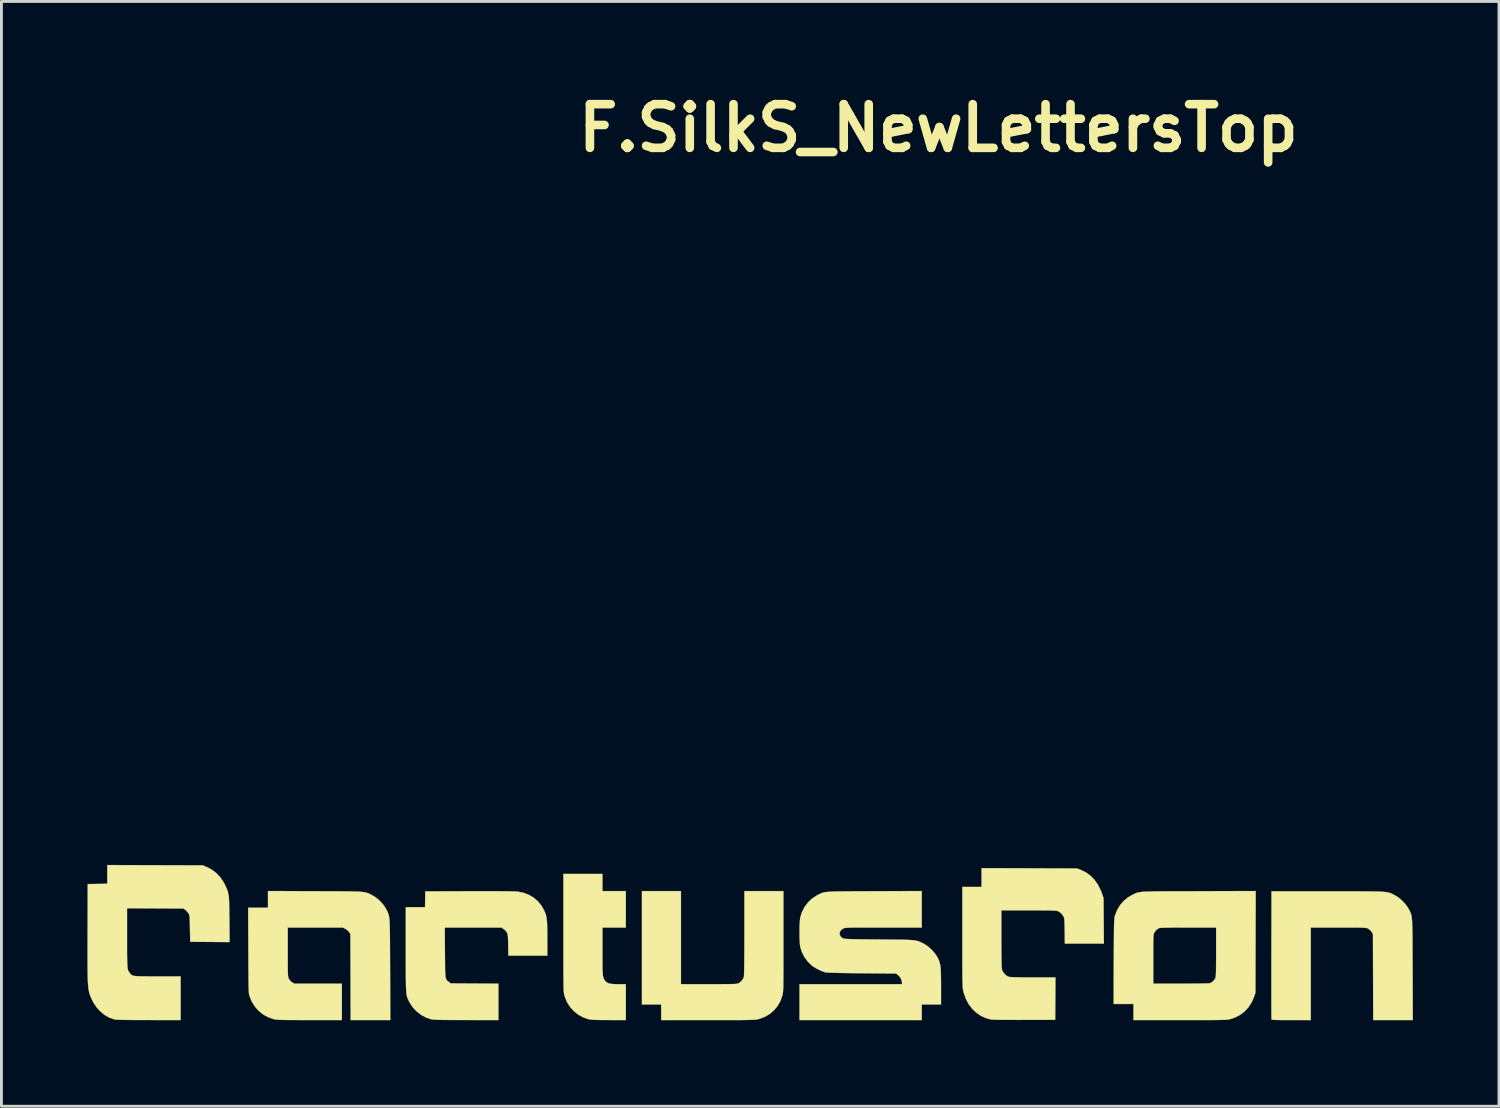
<source format=kicad_pcb>
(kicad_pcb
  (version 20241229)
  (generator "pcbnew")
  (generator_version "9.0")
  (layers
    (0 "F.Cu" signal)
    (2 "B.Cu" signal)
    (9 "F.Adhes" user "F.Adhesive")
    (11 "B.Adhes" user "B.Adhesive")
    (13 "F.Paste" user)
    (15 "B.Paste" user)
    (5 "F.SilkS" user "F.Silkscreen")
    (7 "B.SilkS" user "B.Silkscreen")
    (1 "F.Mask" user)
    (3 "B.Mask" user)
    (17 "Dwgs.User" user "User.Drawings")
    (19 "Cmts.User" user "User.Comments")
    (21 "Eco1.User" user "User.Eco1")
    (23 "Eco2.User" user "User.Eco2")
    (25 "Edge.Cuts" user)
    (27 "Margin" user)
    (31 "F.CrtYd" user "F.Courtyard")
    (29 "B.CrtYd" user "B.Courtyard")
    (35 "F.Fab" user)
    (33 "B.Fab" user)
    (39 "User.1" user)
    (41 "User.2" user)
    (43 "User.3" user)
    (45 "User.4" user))
  (footprint "F.SilkS_NewLettersTop"
    (layer "F.Cu")
    (at 29.684 1.418)
    (property "Reference" "F.SilkS_NewLettersTop" (at 0 0 0) (layer "F.SilkS") (effects (font (size 1.524 1.524) (thickness 0.3))))
    (attr through_hole)
    (fp_poly (pts (xy -11.72 26.616) (xy -10.904 26.616) (xy -10.904 27.886) (xy -11.72 27.886) (xy -11.72 28.707) (xy -11.72 28.913) (xy -11.719 29.087) (xy -11.718 29.23) (xy -11.716 29.348) (xy -11.712 29.443) (xy -11.707 29.518) (xy -11.7 29.577) (xy -11.69 29.623) (xy -11.679 29.659) (xy -11.664 29.689) (xy -11.647 29.716) (xy -11.634 29.734) (xy -11.594 29.779) (xy -11.548 29.813) (xy -11.491 29.837) (xy -11.417 29.852) (xy -11.319 29.86) (xy -11.191 29.863) (xy -11.171 29.863) (xy -10.904 29.863) (xy -10.904 31.115) (xy -11.498 31.113) (xy -11.679 31.113) (xy -11.827 31.111) (xy -11.947 31.108) (xy -12.041 31.104) (xy -12.113 31.099) (xy -12.167 31.092) (xy -12.2 31.086) (xy -12.387 31.022) (xy -12.56 30.928) (xy -12.714 30.806) (xy -12.845 30.661) (xy -12.951 30.496) (xy -13.027 30.313) (xy -13.045 30.251) (xy -13.051 30.229) (xy -13.056 30.205) (xy -13.06 30.179) (xy -13.064 30.147) (xy -13.067 30.108) (xy -13.07 30.06) (xy -13.073 30) (xy -13.075 29.927) (xy -13.076 29.838) (xy -13.078 29.731) (xy -13.079 29.604) (xy -13.08 29.455) (xy -13.08 29.282) (xy -13.081 29.083) (xy -13.081 28.856) (xy -13.081 28.598) (xy -13.081 28.307) (xy -13.081 28.064) (xy -13.081 26.017) (xy -11.72 26.017) (xy -11.72 26.616)) (stroke (width 0.01) (type solid)) (fill yes) (layer "F.SilkS"))
    (fp_poly (pts (xy -8.981 29.863) (xy -8.009 29.863) (xy -7.796 29.863) (xy -7.617 29.863) (xy -7.467 29.862) (xy -7.345 29.862) (xy -7.246 29.86) (xy -7.168 29.858) (xy -7.109 29.856) (xy -7.064 29.852) (xy -7.03 29.848) (xy -7.006 29.842) (xy -6.986 29.836) (xy -6.97 29.828) (xy -6.968 29.828) (xy -6.882 29.766) (xy -6.816 29.684) (xy -6.786 29.613) (xy -6.782 29.581) (xy -6.779 29.512) (xy -6.776 29.409) (xy -6.773 29.271) (xy -6.771 29.1) (xy -6.77 28.896) (xy -6.768 28.659) (xy -6.768 28.39) (xy -6.767 28.09) (xy -6.767 28.081) (xy -6.767 26.616) (xy -5.407 26.616) (xy -5.407 28.363) (xy -5.407 28.655) (xy -5.407 28.912) (xy -5.407 29.138) (xy -5.407 29.335) (xy -5.408 29.504) (xy -5.409 29.649) (xy -5.41 29.771) (xy -5.411 29.873) (xy -5.413 29.958) (xy -5.415 30.026) (xy -5.418 30.082) (xy -5.421 30.127) (xy -5.425 30.163) (xy -5.43 30.193) (xy -5.435 30.219) (xy -5.44 30.244) (xy -5.442 30.251) (xy -5.51 30.444) (xy -5.607 30.618) (xy -5.731 30.77) (xy -5.88 30.898) (xy -6.05 30.999) (xy -6.24 31.071) (xy -6.27 31.079) (xy -6.296 31.085) (xy -6.322 31.091) (xy -6.351 31.096) (xy -6.387 31.1) (xy -6.43 31.103) (xy -6.484 31.106) (xy -6.551 31.108) (xy -6.633 31.11) (xy -6.733 31.112) (xy -6.853 31.113) (xy -6.996 31.114) (xy -7.164 31.114) (xy -7.359 31.115) (xy -7.584 31.115) (xy -7.841 31.115) (xy -8.04 31.115) (xy -9.67 31.115) (xy -9.67 30.571) (xy -10.341 30.571) (xy -10.341 26.616) (xy -8.981 26.616) (xy -8.981 29.863)) (stroke (width 0.01) (type solid)) (fill yes) (layer "F.SilkS"))
    (fp_poly (pts (xy 14.43 26.625) (xy 14.651 26.625) (xy 14.845 26.626) (xy 15.013 26.627) (xy 15.158 26.629) (xy 15.282 26.631) (xy 15.387 26.634) (xy 15.475 26.639) (xy 15.549 26.644) (xy 15.611 26.651) (xy 15.663 26.659) (xy 15.707 26.668) (xy 15.745 26.679) (xy 15.78 26.692) (xy 15.813 26.707) (xy 15.848 26.723) (xy 15.885 26.742) (xy 15.911 26.755) (xy 16.029 26.826) (xy 16.147 26.922) (xy 16.258 27.034) (xy 16.352 27.154) (xy 16.405 27.241) (xy 16.426 27.281) (xy 16.444 27.317) (xy 16.461 27.35) (xy 16.475 27.384) (xy 16.487 27.419) (xy 16.498 27.46) (xy 16.507 27.508) (xy 16.514 27.565) (xy 16.52 27.634) (xy 16.525 27.717) (xy 16.529 27.816) (xy 16.532 27.934) (xy 16.535 28.073) (xy 16.537 28.235) (xy 16.538 28.423) (xy 16.539 28.639) (xy 16.54 28.885) (xy 16.541 29.164) (xy 16.542 29.351) (xy 16.548 31.115) (xy 15.168 31.115) (xy 15.163 29.612) (xy 15.158 28.11) (xy 15.108 28.034) (xy 15.062 27.98) (xy 15.006 27.934) (xy 14.987 27.922) (xy 14.97 27.914) (xy 14.951 27.907) (xy 14.928 27.902) (xy 14.896 27.897) (xy 14.854 27.894) (xy 14.798 27.891) (xy 14.724 27.889) (xy 14.63 27.887) (xy 14.513 27.886) (xy 14.369 27.886) (xy 14.195 27.886) (xy 13.989 27.886) (xy 13.953 27.886) (xy 12.99 27.886) (xy 12.99 31.115) (xy 12.309 31.115) (xy 12.125 31.115) (xy 11.975 31.114) (xy 11.855 31.112) (xy 11.763 31.11) (xy 11.697 31.107) (xy 11.652 31.103) (xy 11.628 31.098) (xy 11.62 31.092) (xy 11.619 31.072) (xy 11.618 31.017) (xy 11.617 30.93) (xy 11.616 30.814) (xy 11.616 30.671) (xy 11.615 30.502) (xy 11.615 30.31) (xy 11.615 30.098) (xy 11.615 29.867) (xy 11.615 29.62) (xy 11.615 29.358) (xy 11.615 29.085) (xy 11.616 28.847) (xy 11.62 26.625) (xy 13.58 26.625) (xy 13.897 26.625) (xy 14.179 26.625) (xy 14.43 26.625)) (stroke (width 0.01) (type solid)) (fill yes) (layer "F.SilkS"))
    (fp_poly (pts (xy 3.17 25.821) (xy 4.835 25.827) (xy 4.95 25.87) (xy 5.134 25.957) (xy 5.299 26.075) (xy 5.443 26.221) (xy 5.566 26.395) (xy 5.665 26.595) (xy 5.7 26.688) (xy 5.76 26.86) (xy 5.766 27.654) (xy 5.772 28.448) (xy 4.412 28.448) (xy 4.406 28.008) (xy 4.404 27.869) (xy 4.401 27.761) (xy 4.398 27.68) (xy 4.394 27.62) (xy 4.389 27.576) (xy 4.381 27.544) (xy 4.371 27.517) (xy 4.361 27.495) (xy 4.297 27.404) (xy 4.218 27.34) (xy 4.169 27.315) (xy 4.149 27.309) (xy 4.123 27.303) (xy 4.085 27.299) (xy 4.034 27.295) (xy 3.967 27.293) (xy 3.88 27.29) (xy 3.77 27.289) (xy 3.635 27.288) (xy 3.471 27.287) (xy 3.275 27.287) (xy 3.148 27.287) (xy 2.195 27.287) (xy 2.195 28.277) (xy 2.196 28.526) (xy 2.197 28.74) (xy 2.198 28.92) (xy 2.201 29.068) (xy 2.204 29.184) (xy 2.208 29.269) (xy 2.212 29.326) (xy 2.216 29.35) (xy 2.252 29.432) (xy 2.31 29.509) (xy 2.383 29.571) (xy 2.458 29.607) (xy 2.499 29.613) (xy 2.575 29.618) (xy 2.685 29.621) (xy 2.83 29.624) (xy 3.008 29.626) (xy 3.218 29.627) (xy 3.307 29.627) (xy 4.083 29.627) (xy 4.078 30.367) (xy 4.073 31.106) (xy 3.003 31.108) (xy 2.806 31.109) (xy 2.618 31.108) (xy 2.443 31.108) (xy 2.283 31.106) (xy 2.142 31.105) (xy 2.024 31.103) (xy 1.933 31.101) (xy 1.871 31.098) (xy 1.845 31.096) (xy 1.655 31.046) (xy 1.478 30.964) (xy 1.317 30.853) (xy 1.175 30.715) (xy 1.054 30.554) (xy 0.957 30.371) (xy 0.885 30.169) (xy 0.863 30.077) (xy 0.858 30.05) (xy 0.854 30.017) (xy 0.85 29.976) (xy 0.847 29.925) (xy 0.844 29.861) (xy 0.842 29.783) (xy 0.84 29.688) (xy 0.838 29.573) (xy 0.837 29.437) (xy 0.836 29.277) (xy 0.835 29.091) (xy 0.835 28.876) (xy 0.835 28.631) (xy 0.835 28.353) (xy 0.835 28.204) (xy 0.835 26.47) (xy 1.506 26.47) (xy 1.506 25.816) (xy 3.17 25.821)) (stroke (width 0.01) (type solid)) (fill yes) (layer "F.SilkS"))
    (fp_poly (pts (xy -15.641 26.619) (xy -15.43 26.62) (xy -15.24 26.621) (xy -15.074 26.623) (xy -14.933 26.625) (xy -14.822 26.627) (xy -14.741 26.629) (xy -14.694 26.632) (xy -14.692 26.632) (xy -14.486 26.672) (xy -14.297 26.742) (xy -14.126 26.841) (xy -13.976 26.968) (xy -13.851 27.119) (xy -13.769 27.26) (xy -13.738 27.325) (xy -13.712 27.387) (xy -13.691 27.448) (xy -13.676 27.515) (xy -13.664 27.59) (xy -13.655 27.679) (xy -13.649 27.786) (xy -13.646 27.916) (xy -13.644 28.074) (xy -13.644 28.262) (xy -13.643 28.865) (xy -15.001 28.865) (xy -15.007 28.498) (xy -15.009 28.372) (xy -15.012 28.278) (xy -15.016 28.208) (xy -15.021 28.157) (xy -15.028 28.12) (xy -15.038 28.091) (xy -15.051 28.064) (xy -15.056 28.056) (xy -15.099 27.999) (xy -15.155 27.946) (xy -15.173 27.934) (xy -15.247 27.886) (xy -17.219 27.886) (xy -17.214 28.752) (xy -17.212 28.96) (xy -17.211 29.134) (xy -17.209 29.279) (xy -17.207 29.397) (xy -17.203 29.491) (xy -17.197 29.566) (xy -17.19 29.623) (xy -17.179 29.666) (xy -17.166 29.699) (xy -17.149 29.724) (xy -17.129 29.746) (xy -17.104 29.766) (xy -17.078 29.785) (xy -17.012 29.836) (xy -16.18 29.841) (xy -15.349 29.846) (xy -15.349 31.115) (xy -16.469 31.113) (xy -16.71 31.113) (xy -16.917 31.112) (xy -17.093 31.111) (xy -17.241 31.11) (xy -17.364 31.108) (xy -17.463 31.105) (xy -17.542 31.102) (xy -17.603 31.098) (xy -17.65 31.094) (xy -17.684 31.089) (xy -17.696 31.086) (xy -17.877 31.024) (xy -18.047 30.931) (xy -18.202 30.811) (xy -18.336 30.669) (xy -18.442 30.508) (xy -18.461 30.471) (xy -18.482 30.429) (xy -18.499 30.392) (xy -18.515 30.356) (xy -18.528 30.319) (xy -18.54 30.278) (xy -18.549 30.231) (xy -18.557 30.175) (xy -18.563 30.107) (xy -18.568 30.026) (xy -18.572 29.928) (xy -18.574 29.811) (xy -18.576 29.672) (xy -18.577 29.509) (xy -18.578 29.32) (xy -18.578 29.101) (xy -18.578 28.85) (xy -18.578 28.653) (xy -18.578 27.178) (xy -17.908 27.178) (xy -17.903 26.901) (xy -17.898 26.625) (xy -16.374 26.62) (xy -16.115 26.619) (xy -15.87 26.619) (xy -15.641 26.619)) (stroke (width 0.01) (type solid)) (fill yes) (layer "F.SilkS"))
    (fp_poly (pts (xy -27.328 25.713) (xy -25.663 25.718) (xy -25.554 25.761) (xy -25.365 25.856) (xy -25.198 25.979) (xy -25.054 26.13) (xy -24.934 26.307) (xy -24.892 26.388) (xy -24.858 26.46) (xy -24.829 26.522) (xy -24.806 26.58) (xy -24.787 26.637) (xy -24.772 26.698) (xy -24.76 26.765) (xy -24.751 26.844) (xy -24.745 26.938) (xy -24.741 27.051) (xy -24.738 27.188) (xy -24.736 27.351) (xy -24.734 27.547) (xy -24.733 27.6) (xy -24.726 28.394) (xy -26.099 28.384) (xy -26.108 27.922) (xy -26.11 27.78) (xy -26.113 27.67) (xy -26.116 27.586) (xy -26.12 27.524) (xy -26.126 27.479) (xy -26.133 27.447) (xy -26.142 27.422) (xy -26.154 27.4) (xy -26.159 27.391) (xy -26.203 27.334) (xy -26.256 27.281) (xy -26.267 27.273) (xy -26.332 27.223) (xy -27.317 27.218) (xy -28.303 27.213) (xy -28.303 28.245) (xy -28.303 28.472) (xy -28.303 28.666) (xy -28.302 28.83) (xy -28.3 28.966) (xy -28.298 29.078) (xy -28.295 29.168) (xy -28.29 29.24) (xy -28.284 29.296) (xy -28.276 29.341) (xy -28.266 29.375) (xy -28.254 29.403) (xy -28.24 29.428) (xy -28.223 29.452) (xy -28.217 29.461) (xy -28.195 29.491) (xy -28.175 29.516) (xy -28.153 29.536) (xy -28.127 29.552) (xy -28.092 29.565) (xy -28.047 29.575) (xy -27.986 29.581) (xy -27.908 29.586) (xy -27.808 29.589) (xy -27.683 29.59) (xy -27.531 29.591) (xy -27.347 29.591) (xy -27.246 29.591) (xy -26.434 29.591) (xy -26.434 31.115) (xy -27.545 31.113) (xy -27.795 31.113) (xy -28.01 31.112) (xy -28.194 31.111) (xy -28.347 31.109) (xy -28.473 31.106) (xy -28.573 31.103) (xy -28.651 31.1) (xy -28.706 31.096) (xy -28.743 31.091) (xy -28.751 31.089) (xy -28.92 31.03) (xy -29.08 30.939) (xy -29.228 30.819) (xy -29.361 30.673) (xy -29.474 30.507) (xy -29.564 30.322) (xy -29.606 30.206) (xy -29.618 30.163) (xy -29.63 30.119) (xy -29.639 30.072) (xy -29.648 30.02) (xy -29.655 29.96) (xy -29.661 29.889) (xy -29.666 29.806) (xy -29.671 29.709) (xy -29.674 29.594) (xy -29.676 29.459) (xy -29.678 29.303) (xy -29.679 29.123) (xy -29.679 28.916) (xy -29.679 28.681) (xy -29.679 28.414) (xy -29.678 28.114) (xy -29.678 28.049) (xy -29.673 26.371) (xy -29.332 26.366) (xy -28.992 26.361) (xy -28.992 25.708) (xy -27.328 25.713)) (stroke (width 0.01) (type solid)) (fill yes) (layer "F.SilkS"))
    (fp_poly (pts (xy -21.749 26.62) (xy -21.46 26.621) (xy -21.206 26.622) (xy -20.983 26.623) (xy -20.789 26.624) (xy -20.621 26.626) (xy -20.477 26.628) (xy -20.356 26.631) (xy -20.253 26.635) (xy -20.168 26.64) (xy -20.096 26.646) (xy -20.037 26.653) (xy -19.987 26.662) (xy -19.944 26.673) (xy -19.906 26.686) (xy -19.871 26.7) (xy -19.835 26.717) (xy -19.796 26.737) (xy -19.758 26.756) (xy -19.63 26.834) (xy -19.505 26.937) (xy -19.392 27.057) (xy -19.299 27.183) (xy -19.261 27.251) (xy -19.241 27.292) (xy -19.222 27.328) (xy -19.206 27.362) (xy -19.192 27.396) (xy -19.18 27.431) (xy -19.17 27.472) (xy -19.161 27.519) (xy -19.154 27.575) (xy -19.148 27.643) (xy -19.143 27.725) (xy -19.139 27.823) (xy -19.136 27.939) (xy -19.134 28.076) (xy -19.132 28.237) (xy -19.131 28.422) (xy -19.13 28.636) (xy -19.129 28.88) (xy -19.128 29.156) (xy -19.127 29.351) (xy -19.121 31.115) (xy -20.501 31.115) (xy -20.506 29.612) (xy -20.511 28.11) (xy -20.556 28.043) (xy -20.605 27.989) (xy -20.672 27.941) (xy -20.691 27.931) (xy -20.781 27.886) (xy -22.697 27.886) (xy -22.697 28.742) (xy -22.697 28.94) (xy -22.696 29.106) (xy -22.696 29.242) (xy -22.695 29.352) (xy -22.693 29.439) (xy -22.691 29.506) (xy -22.688 29.557) (xy -22.684 29.595) (xy -22.678 29.624) (xy -22.672 29.646) (xy -22.664 29.666) (xy -22.659 29.676) (xy -22.6 29.758) (xy -22.544 29.8) (xy -22.467 29.845) (xy -20.81 29.845) (xy -20.81 31.115) (xy -21.939 31.114) (xy -22.171 31.114) (xy -22.37 31.113) (xy -22.539 31.113) (xy -22.68 31.112) (xy -22.797 31.11) (xy -22.892 31.109) (xy -22.969 31.106) (xy -23.031 31.103) (xy -23.08 31.099) (xy -23.12 31.095) (xy -23.153 31.089) (xy -23.183 31.083) (xy -23.201 31.078) (xy -23.391 31.01) (xy -23.565 30.912) (xy -23.719 30.785) (xy -23.85 30.633) (xy -23.956 30.46) (xy -24.033 30.267) (xy -24.035 30.262) (xy -24.04 30.241) (xy -24.045 30.215) (xy -24.049 30.182) (xy -24.053 30.138) (xy -24.056 30.083) (xy -24.059 30.012) (xy -24.061 29.924) (xy -24.063 29.817) (xy -24.065 29.687) (xy -24.066 29.533) (xy -24.068 29.352) (xy -24.069 29.142) (xy -24.07 28.899) (xy -24.071 28.679) (xy -24.077 27.196) (xy -23.386 27.196) (xy -23.386 26.614) (xy -21.749 26.62)) (stroke (width 0.01) (type solid)) (fill yes) (layer "F.SilkS"))
    (fp_poly (pts (xy 11.058 30.163) (xy 11.016 30.29) (xy 10.933 30.484) (xy 10.823 30.657) (xy 10.688 30.806) (xy 10.531 30.929) (xy 10.354 31.022) (xy 10.185 31.079) (xy 10.16 31.085) (xy 10.134 31.091) (xy 10.104 31.096) (xy 10.069 31.1) (xy 10.025 31.103) (xy 9.971 31.106) (xy 9.904 31.108) (xy 9.822 31.11) (xy 9.721 31.112) (xy 9.601 31.113) (xy 9.458 31.114) (xy 9.289 31.114) (xy 9.094 31.115) (xy 8.868 31.115) (xy 8.61 31.115) (xy 8.424 31.115) (xy 6.804 31.115) (xy 6.804 30.553) (xy 6.113 30.553) (xy 6.118 29.069) (xy 6.119 28.992) (xy 7.493 28.992) (xy 7.493 29.845) (xy 8.462 29.845) (xy 8.713 29.845) (xy 8.929 29.843) (xy 9.11 29.842) (xy 9.256 29.839) (xy 9.366 29.836) (xy 9.441 29.832) (xy 9.48 29.827) (xy 9.483 29.826) (xy 9.555 29.784) (xy 9.62 29.72) (xy 9.663 29.651) (xy 9.669 29.63) (xy 9.674 29.597) (xy 9.679 29.548) (xy 9.682 29.481) (xy 9.684 29.392) (xy 9.686 29.279) (xy 9.687 29.14) (xy 9.688 28.97) (xy 9.688 28.767) (xy 9.688 28.739) (xy 9.688 27.886) (xy 8.719 27.886) (xy 8.467 27.886) (xy 8.251 27.887) (xy 8.069 27.889) (xy 7.924 27.892) (xy 7.813 27.895) (xy 7.739 27.899) (xy 7.701 27.904) (xy 7.698 27.905) (xy 7.616 27.955) (xy 7.548 28.036) (xy 7.528 28.071) (xy 7.519 28.088) (xy 7.513 28.108) (xy 7.507 28.135) (xy 7.503 28.171) (xy 7.5 28.219) (xy 7.497 28.284) (xy 7.495 28.368) (xy 7.494 28.475) (xy 7.493 28.608) (xy 7.493 28.769) (xy 7.493 28.964) (xy 7.493 28.992) (xy 6.119 28.992) (xy 6.12 28.8) (xy 6.121 28.565) (xy 6.122 28.361) (xy 6.123 28.186) (xy 6.125 28.037) (xy 6.126 27.912) (xy 6.128 27.809) (xy 6.131 27.725) (xy 6.133 27.657) (xy 6.137 27.604) (xy 6.14 27.562) (xy 6.145 27.529) (xy 6.15 27.503) (xy 6.155 27.481) (xy 6.156 27.48) (xy 6.231 27.285) (xy 6.335 27.11) (xy 6.465 26.958) (xy 6.619 26.832) (xy 6.758 26.751) (xy 6.797 26.732) (xy 6.831 26.715) (xy 6.863 26.7) (xy 6.895 26.686) (xy 6.929 26.674) (xy 6.967 26.664) (xy 7.012 26.656) (xy 7.066 26.648) (xy 7.13 26.642) (xy 7.208 26.637) (xy 7.3 26.633) (xy 7.41 26.63) (xy 7.54 26.627) (xy 7.691 26.625) (xy 7.866 26.624) (xy 8.067 26.623) (xy 8.297 26.622) (xy 8.556 26.621) (xy 8.848 26.621) (xy 9.086 26.62) (xy 11.068 26.614) (xy 11.058 30.163)) (stroke (width 0.01) (type solid)) (fill yes) (layer "F.SilkS"))
    (fp_poly (pts (xy -0.581 27.886) (xy -1.915 27.886) (xy -2.167 27.886) (xy -2.385 27.886) (xy -2.573 27.886) (xy -2.731 27.887) (xy -2.864 27.887) (xy -2.973 27.888) (xy -3.062 27.89) (xy -3.132 27.892) (xy -3.186 27.895) (xy -3.228 27.898) (xy -3.259 27.902) (xy -3.282 27.907) (xy -3.299 27.912) (xy -3.314 27.919) (xy -3.32 27.922) (xy -3.394 27.975) (xy -3.437 28.039) (xy -3.449 28.107) (xy -3.428 28.174) (xy -3.374 28.235) (xy -3.333 28.262) (xy -3.319 28.268) (xy -3.3 28.274) (xy -3.274 28.279) (xy -3.238 28.283) (xy -3.189 28.286) (xy -3.124 28.289) (xy -3.041 28.292) (xy -2.938 28.294) (xy -2.811 28.296) (xy -2.658 28.298) (xy -2.475 28.3) (xy -2.262 28.302) (xy -2.077 28.304) (xy -1.831 28.306) (xy -1.619 28.308) (xy -1.436 28.31) (xy -1.281 28.312) (xy -1.151 28.315) (xy -1.042 28.319) (xy -0.951 28.324) (xy -0.876 28.33) (xy -0.813 28.339) (xy -0.76 28.349) (xy -0.714 28.361) (xy -0.671 28.376) (xy -0.629 28.394) (xy -0.584 28.415) (xy -0.534 28.439) (xy -0.527 28.442) (xy -0.42 28.506) (xy -0.309 28.594) (xy -0.202 28.698) (xy -0.11 28.807) (xy -0.041 28.913) (xy -0.04 28.914) (xy -0.008 28.978) (xy 0.019 29.038) (xy 0.04 29.1) (xy 0.057 29.166) (xy 0.07 29.242) (xy 0.079 29.332) (xy 0.085 29.441) (xy 0.088 29.572) (xy 0.09 29.73) (xy 0.091 29.92) (xy 0.091 29.939) (xy 0.091 30.571) (xy -0.581 30.571) (xy -0.581 31.115) (xy -4.844 31.115) (xy -4.844 29.863) (xy -1.27 29.863) (xy -1.27 29.804) (xy -1.287 29.717) (xy -1.329 29.631) (xy -1.39 29.558) (xy -1.407 29.544) (xy -1.476 29.491) (xy -2.666 29.48) (xy -2.932 29.478) (xy -3.164 29.475) (xy -3.363 29.472) (xy -3.53 29.468) (xy -3.667 29.465) (xy -3.776 29.461) (xy -3.857 29.457) (xy -3.914 29.452) (xy -3.946 29.447) (xy -4.042 29.416) (xy -4.152 29.368) (xy -4.264 29.311) (xy -4.362 29.25) (xy -4.418 29.209) (xy -4.557 29.073) (xy -4.673 28.916) (xy -4.76 28.747) (xy -4.816 28.57) (xy -4.817 28.566) (xy -4.828 28.492) (xy -4.836 28.389) (xy -4.841 28.266) (xy -4.844 28.13) (xy -4.844 27.99) (xy -4.842 27.853) (xy -4.837 27.727) (xy -4.829 27.621) (xy -4.819 27.541) (xy -4.817 27.532) (xy -4.761 27.349) (xy -4.673 27.176) (xy -4.557 27.021) (xy -4.418 26.886) (xy -4.26 26.779) (xy -4.236 26.766) (xy -4.192 26.743) (xy -4.153 26.723) (xy -4.117 26.705) (xy -4.081 26.689) (xy -4.043 26.676) (xy -4 26.665) (xy -3.95 26.655) (xy -3.891 26.647) (xy -3.82 26.641) (xy -3.735 26.636) (xy -3.633 26.632) (xy -3.512 26.629) (xy -3.369 26.626) (xy -3.202 26.625) (xy -3.009 26.623) (xy -2.787 26.622) (xy -2.534 26.621) (xy -2.247 26.62) (xy -2.227 26.62) (xy -0.581 26.614) (xy -0.581 27.886)) (stroke (width 0.01) (type solid)) (fill yes) (layer "F.SilkS")))
  (gr_rect
    (start -3 -3)
    (end 49.238 35.538)
    (stroke (width 0.1) (type default))
    (fill no)
    (layer "Edge.Cuts")))
</source>
